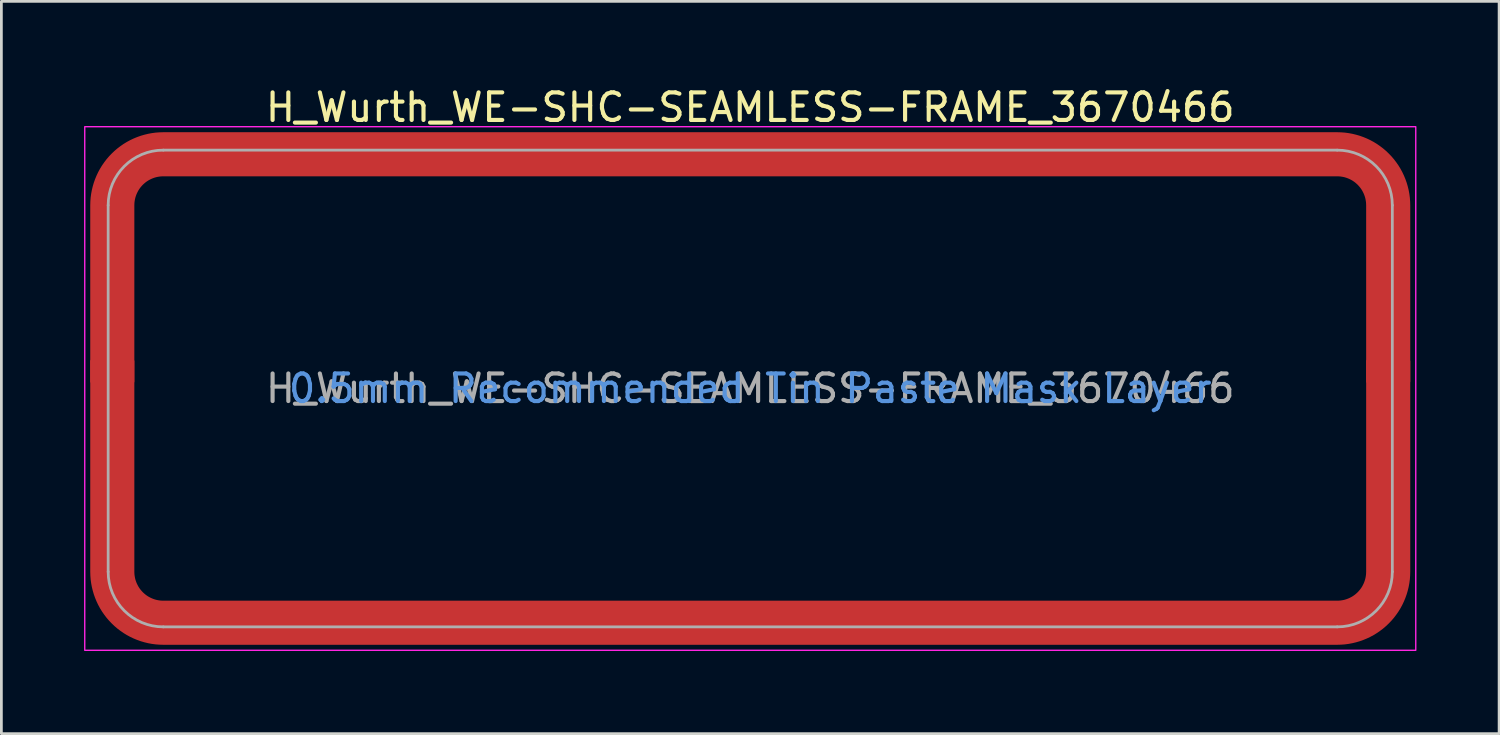
<source format=kicad_pcb>
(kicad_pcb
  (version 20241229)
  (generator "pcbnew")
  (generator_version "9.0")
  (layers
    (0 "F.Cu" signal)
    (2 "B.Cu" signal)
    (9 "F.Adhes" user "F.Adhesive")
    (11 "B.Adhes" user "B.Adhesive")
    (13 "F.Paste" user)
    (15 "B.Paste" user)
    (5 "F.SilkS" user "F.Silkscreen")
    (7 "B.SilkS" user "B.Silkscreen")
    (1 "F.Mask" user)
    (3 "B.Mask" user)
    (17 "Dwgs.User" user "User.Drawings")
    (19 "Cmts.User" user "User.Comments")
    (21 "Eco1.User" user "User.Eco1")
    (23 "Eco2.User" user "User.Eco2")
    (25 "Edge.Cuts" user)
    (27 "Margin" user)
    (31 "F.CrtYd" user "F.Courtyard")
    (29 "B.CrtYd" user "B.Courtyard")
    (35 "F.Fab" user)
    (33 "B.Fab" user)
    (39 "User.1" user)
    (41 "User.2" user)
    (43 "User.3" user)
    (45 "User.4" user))
  (footprint "H_Wurth_WE-SHC-SEAMLESS-FRAME_3670466"
    (layer "F.Cu")
    (at 24.175 11.048)
    (property "Reference" "H_Wurth_WE-SHC-SEAMLESS-FRAME_3670466" (at 0 -10.2 0) (unlocked yes) (layer "F.SilkS") (effects (font (size 1 1) (thickness 0.15))))
    (attr smd)
    (fp_poly (pts (xy -22.4 -0.25) (xy -23.9 -0.25) (xy -23.9 -6.65) (xy -23.896 -6.786) (xy -23.886 -6.922) (xy -23.868 -7.057) (xy -23.843 -7.191) (xy -23.811 -7.323) (xy -23.773 -7.453) (xy -23.727 -7.582) (xy -23.675 -7.708) (xy -23.617 -7.83) (xy -23.552 -7.95) (xy -23.481 -8.066) (xy -23.403 -8.178) (xy -23.321 -8.286) (xy -23.232 -8.39) (xy -23.138 -8.488) (xy -23.04 -8.582) (xy -22.936 -8.671) (xy -22.828 -8.753) (xy -22.716 -8.831) (xy -22.6 -8.902) (xy -22.48 -8.967) (xy -22.358 -9.025) (xy -22.232 -9.077) (xy -22.103 -9.123) (xy -21.973 -9.161) (xy -21.841 -9.193) (xy -21.707 -9.218) (xy -21.572 -9.236) (xy -21.436 -9.246) (xy -21.3 -9.25) (xy 21.3 -9.25) (xy 21.436 -9.246) (xy 21.572 -9.236) (xy 21.707 -9.218) (xy 21.841 -9.193) (xy 21.973 -9.161) (xy 22.103 -9.123) (xy 22.232 -9.077) (xy 22.358 -9.025) (xy 22.48 -8.967) (xy 22.6 -8.902) (xy 22.716 -8.831) (xy 22.828 -8.753) (xy 22.936 -8.671) (xy 23.04 -8.582) (xy 23.138 -8.488) (xy 23.232 -8.39) (xy 23.321 -8.286) (xy 23.403 -8.178) (xy 23.481 -8.066) (xy 23.552 -7.95) (xy 23.617 -7.83) (xy 23.675 -7.708) (xy 23.727 -7.582) (xy 23.773 -7.453) (xy 23.811 -7.323) (xy 23.843 -7.191) (xy 23.868 -7.057) (xy 23.886 -6.922) (xy 23.896 -6.786) (xy 23.9 -6.65) (xy 23.9 -0.25) (xy 22.4 -0.25) (xy 22.4 -6.65) (xy 22.398 -6.708) (xy 22.394 -6.765) (xy 22.386 -6.822) (xy 22.376 -6.879) (xy 22.363 -6.935) (xy 22.346 -6.99) (xy 22.327 -7.044) (xy 22.305 -7.097) (xy 22.28 -7.149) (xy 22.253 -7.2) (xy 22.223 -7.249) (xy 22.19 -7.297) (xy 22.155 -7.342) (xy 22.117 -7.386) (xy 22.078 -7.428) (xy 22.036 -7.467) (xy 21.992 -7.505) (xy 21.947 -7.54) (xy 21.899 -7.573) (xy 21.85 -7.603) (xy 21.799 -7.63) (xy 21.747 -7.655) (xy 21.694 -7.677) (xy 21.64 -7.696) (xy 21.585 -7.713) (xy 21.529 -7.726) (xy 21.472 -7.736) (xy 21.415 -7.744) (xy 21.358 -7.748) (xy 21.3 -7.75) (xy -21.3 -7.75) (xy -21.358 -7.748) (xy -21.415 -7.744) (xy -21.472 -7.736) (xy -21.529 -7.726) (xy -21.585 -7.713) (xy -21.64 -7.696) (xy -21.694 -7.677) (xy -21.747 -7.655) (xy -21.799 -7.63) (xy -21.85 -7.603) (xy -21.899 -7.573) (xy -21.947 -7.54) (xy -21.992 -7.505) (xy -22.036 -7.467) (xy -22.078 -7.428) (xy -22.117 -7.386) (xy -22.155 -7.342) (xy -22.19 -7.297) (xy -22.223 -7.249) (xy -22.253 -7.2) (xy -22.28 -7.149) (xy -22.305 -7.097) (xy -22.327 -7.044) (xy -22.346 -6.99) (xy -22.363 -6.935) (xy -22.376 -6.879) (xy -22.386 -6.822) (xy -22.394 -6.765) (xy -22.398 -6.708) (xy -22.4 -6.65) (xy -22.4 -0.25)) (stroke (width 0.1) (type solid)) (fill yes) (layer "F.Cu"))
    (fp_poly (pts (xy -22.4 -0.25) (xy -23.9 -0.25) (xy -23.9 -6.65) (xy -23.896 -6.786) (xy -23.886 -6.922) (xy -23.868 -7.057) (xy -23.843 -7.191) (xy -23.811 -7.323) (xy -23.773 -7.453) (xy -23.727 -7.582) (xy -23.675 -7.708) (xy -23.617 -7.83) (xy -23.552 -7.95) (xy -23.481 -8.066) (xy -23.403 -8.178) (xy -23.321 -8.286) (xy -23.232 -8.39) (xy -23.138 -8.488) (xy -23.04 -8.582) (xy -22.936 -8.671) (xy -22.828 -8.753) (xy -22.716 -8.831) (xy -22.6 -8.902) (xy -22.48 -8.967) (xy -22.358 -9.025) (xy -22.232 -9.077) (xy -22.103 -9.123) (xy -21.973 -9.161) (xy -21.841 -9.193) (xy -21.707 -9.218) (xy -21.572 -9.236) (xy -21.436 -9.246) (xy -21.3 -9.25) (xy 21.3 -9.25) (xy 21.436 -9.246) (xy 21.572 -9.236) (xy 21.707 -9.218) (xy 21.841 -9.193) (xy 21.973 -9.161) (xy 22.103 -9.123) (xy 22.232 -9.077) (xy 22.358 -9.025) (xy 22.48 -8.967) (xy 22.6 -8.902) (xy 22.716 -8.831) (xy 22.828 -8.753) (xy 22.936 -8.671) (xy 23.04 -8.582) (xy 23.138 -8.488) (xy 23.232 -8.39) (xy 23.321 -8.286) (xy 23.403 -8.178) (xy 23.481 -8.066) (xy 23.552 -7.95) (xy 23.617 -7.83) (xy 23.675 -7.708) (xy 23.727 -7.582) (xy 23.773 -7.453) (xy 23.811 -7.323) (xy 23.843 -7.191) (xy 23.868 -7.057) (xy 23.886 -6.922) (xy 23.896 -6.786) (xy 23.9 -6.65) (xy 23.9 -0.25) (xy 22.4 -0.25) (xy 22.4 -6.65) (xy 22.398 -6.708) (xy 22.394 -6.765) (xy 22.386 -6.822) (xy 22.376 -6.879) (xy 22.363 -6.935) (xy 22.346 -6.99) (xy 22.327 -7.044) (xy 22.305 -7.097) (xy 22.28 -7.149) (xy 22.253 -7.2) (xy 22.223 -7.249) (xy 22.19 -7.297) (xy 22.155 -7.342) (xy 22.117 -7.386) (xy 22.078 -7.428) (xy 22.036 -7.467) (xy 21.992 -7.505) (xy 21.947 -7.54) (xy 21.899 -7.573) (xy 21.85 -7.603) (xy 21.799 -7.63) (xy 21.747 -7.655) (xy 21.694 -7.677) (xy 21.64 -7.696) (xy 21.585 -7.713) (xy 21.529 -7.726) (xy 21.472 -7.736) (xy 21.415 -7.744) (xy 21.358 -7.748) (xy 21.3 -7.75) (xy -21.3 -7.75) (xy -21.358 -7.748) (xy -21.415 -7.744) (xy -21.472 -7.736) (xy -21.529 -7.726) (xy -21.585 -7.713) (xy -21.64 -7.696) (xy -21.694 -7.677) (xy -21.747 -7.655) (xy -21.799 -7.63) (xy -21.85 -7.603) (xy -21.899 -7.573) (xy -21.947 -7.54) (xy -21.992 -7.505) (xy -22.036 -7.467) (xy -22.078 -7.428) (xy -22.117 -7.386) (xy -22.155 -7.342) (xy -22.19 -7.297) (xy -22.223 -7.249) (xy -22.253 -7.2) (xy -22.28 -7.149) (xy -22.305 -7.097) (xy -22.327 -7.044) (xy -22.346 -6.99) (xy -22.363 -6.935) (xy -22.376 -6.879) (xy -22.386 -6.822) (xy -22.394 -6.765) (xy -22.398 -6.708) (xy -22.4 -6.65) (xy -22.4 -0.25)) (stroke (width 0.1) (type solid)) (fill yes) (layer "F.Mask"))
    (fp_poly (pts (xy -22.4 -0.25) (xy -23.9 -0.25) (xy -23.9 -6.65) (xy -23.896 -6.786) (xy -23.886 -6.922) (xy -23.868 -7.057) (xy -23.843 -7.191) (xy -23.811 -7.323) (xy -23.773 -7.453) (xy -23.727 -7.582) (xy -23.675 -7.708) (xy -23.617 -7.83) (xy -23.552 -7.95) (xy -23.481 -8.066) (xy -23.403 -8.178) (xy -23.321 -8.286) (xy -23.232 -8.39) (xy -23.138 -8.488) (xy -23.04 -8.582) (xy -22.936 -8.671) (xy -22.828 -8.753) (xy -22.716 -8.831) (xy -22.6 -8.902) (xy -22.48 -8.967) (xy -22.358 -9.025) (xy -22.232 -9.077) (xy -22.103 -9.123) (xy -21.973 -9.161) (xy -21.841 -9.193) (xy -21.707 -9.218) (xy -21.572 -9.236) (xy -21.436 -9.246) (xy -21.3 -9.25) (xy 21.3 -9.25) (xy 21.436 -9.246) (xy 21.572 -9.236) (xy 21.707 -9.218) (xy 21.841 -9.193) (xy 21.973 -9.161) (xy 22.103 -9.123) (xy 22.232 -9.077) (xy 22.358 -9.025) (xy 22.48 -8.967) (xy 22.6 -8.902) (xy 22.716 -8.831) (xy 22.828 -8.753) (xy 22.936 -8.671) (xy 23.04 -8.582) (xy 23.138 -8.488) (xy 23.232 -8.39) (xy 23.321 -8.286) (xy 23.403 -8.178) (xy 23.481 -8.066) (xy 23.552 -7.95) (xy 23.617 -7.83) (xy 23.675 -7.708) (xy 23.727 -7.582) (xy 23.773 -7.453) (xy 23.811 -7.323) (xy 23.843 -7.191) (xy 23.868 -7.057) (xy 23.886 -6.922) (xy 23.896 -6.786) (xy 23.9 -6.65) (xy 23.9 -0.25) (xy 22.4 -0.25) (xy 22.4 -6.65) (xy 22.398 -6.708) (xy 22.394 -6.765) (xy 22.386 -6.822) (xy 22.376 -6.879) (xy 22.363 -6.935) (xy 22.346 -6.99) (xy 22.327 -7.044) (xy 22.305 -7.097) (xy 22.28 -7.149) (xy 22.253 -7.2) (xy 22.223 -7.249) (xy 22.19 -7.297) (xy 22.155 -7.342) (xy 22.117 -7.386) (xy 22.078 -7.428) (xy 22.036 -7.467) (xy 21.992 -7.505) (xy 21.947 -7.54) (xy 21.899 -7.573) (xy 21.85 -7.603) (xy 21.799 -7.63) (xy 21.747 -7.655) (xy 21.694 -7.677) (xy 21.64 -7.696) (xy 21.585 -7.713) (xy 21.529 -7.726) (xy 21.472 -7.736) (xy 21.415 -7.744) (xy 21.358 -7.748) (xy 21.3 -7.75) (xy -21.3 -7.75) (xy -21.358 -7.748) (xy -21.415 -7.744) (xy -21.472 -7.736) (xy -21.529 -7.726) (xy -21.585 -7.713) (xy -21.64 -7.696) (xy -21.694 -7.677) (xy -21.747 -7.655) (xy -21.799 -7.63) (xy -21.85 -7.603) (xy -21.899 -7.573) (xy -21.947 -7.54) (xy -21.992 -7.505) (xy -22.036 -7.467) (xy -22.078 -7.428) (xy -22.117 -7.386) (xy -22.155 -7.342) (xy -22.19 -7.297) (xy -22.223 -7.249) (xy -22.253 -7.2) (xy -22.28 -7.149) (xy -22.305 -7.097) (xy -22.327 -7.044) (xy -22.346 -6.99) (xy -22.363 -6.935) (xy -22.376 -6.879) (xy -22.386 -6.822) (xy -22.394 -6.765) (xy -22.398 -6.708) (xy -22.4 -6.65) (xy -22.4 -0.25)) (stroke (width 0.1) (type solid)) (fill yes) (layer "F.Paste"))
    (fp_rect (start -24.15 -9.5) (end 24.15 9.5) (stroke (width 0.05) (type solid)) (fill no) (layer "F.CrtYd"))
    (fp_line (start -23.3 6.65) (end -23.3 -6.65) (stroke (width 0.1) (type solid)) (layer "F.Fab"))
    (fp_line (start -21.3 -8.65) (end 21.3 -8.65) (stroke (width 0.1) (type solid)) (layer "F.Fab"))
    (fp_line (start -21.3 8.65) (end 21.3 8.65) (stroke (width 0.1) (type solid)) (layer "F.Fab"))
    (fp_line (start 23.3 6.65) (end 23.3 -6.65) (stroke (width 0.1) (type solid)) (layer "F.Fab"))
    (fp_arc (start -23.3 -6.65) (mid -22.714214 -8.064214) (end -21.3 -8.65) (stroke (width 0.1) (type default)) (layer "F.Fab"))
    (fp_arc (start -21.3 8.65) (mid -22.714214 8.064214) (end -23.3 6.65) (stroke (width 0.1) (type default)) (layer "F.Fab"))
    (fp_arc (start 21.3 -8.65) (mid 22.714214 -8.064214) (end 23.3 -6.65) (stroke (width 0.1) (type default)) (layer "F.Fab"))
    (fp_arc (start 23.3 6.65) (mid 22.714214 8.064214) (end 21.3 8.65) (stroke (width 0.1) (type default)) (layer "F.Fab"))
    (fp_text user "0.5mm Recommended Tin Paste Mask Layer" (at 0 0 0) (unlocked yes) (layer "Cmts.User") (effects (font (size 1 1) (thickness 0.15))))
    (fp_text user "${REFERENCE}" (at 0 0 0) (unlocked yes) (layer "F.Fab") (effects (font (size 1 1) (thickness 0.15))))
    (pad "1" smd custom (at 23.15 0) (size 1.5 13.3) (layers "F.Cu" "F.Mask" "F.Paste") (options (anchor rect)) (primitives (gr_poly (pts (xy -0.75 -1) (xy 0.75 -1) (xy 0.75 6.65) (xy 0.746 6.786) (xy 0.736 6.922) (xy 0.718 7.057) (xy 0.693 7.191) (xy 0.661 7.323) (xy 0.623 7.453) (xy 0.577 7.582) (xy 0.525 7.708) (xy 0.467 7.83) (xy 0.402 7.95) (xy 0.331 8.066) (xy 0.253 8.178) (xy 0.171 8.286) (xy 0.082 8.39) (xy -0.012 8.488) (xy -0.11 8.582) (xy -0.214 8.671) (xy -0.322 8.753) (xy -0.434 8.831) (xy -0.55 8.902) (xy -0.67 8.967) (xy -0.792 9.025) (xy -0.918 9.077) (xy -1.047 9.123) (xy -1.177 9.161) (xy -1.309 9.193) (xy -1.443 9.218) (xy -1.578 9.236) (xy -1.714 9.246) (xy -1.85 9.25) (xy -44.45 9.25) (xy -44.586 9.246) (xy -44.722 9.236) (xy -44.857 9.218) (xy -44.991 9.193) (xy -45.123 9.161) (xy -45.253 9.123) (xy -45.382 9.077) (xy -45.508 9.025) (xy -45.63 8.967) (xy -45.75 8.902) (xy -45.866 8.831) (xy -45.978 8.753) (xy -46.086 8.671) (xy -46.19 8.582) (xy -46.288 8.488) (xy -46.382 8.39) (xy -46.471 8.286) (xy -46.553 8.178) (xy -46.631 8.066) (xy -46.702 7.95) (xy -46.767 7.83) (xy -46.825 7.708) (xy -46.877 7.582) (xy -46.923 7.453) (xy -46.961 7.323) (xy -46.993 7.191) (xy -47.018 7.057) (xy -47.036 6.922) (xy -47.046 6.786) (xy -47.05 6.65) (xy -47.05 -1) (xy -45.55 -1) (xy -45.55 6.65) (xy -45.548 6.708) (xy -45.544 6.765) (xy -45.536 6.822) (xy -45.526 6.879) (xy -45.513 6.935) (xy -45.496 6.99) (xy -45.477 7.044) (xy -45.455 7.097) (xy -45.43 7.149) (xy -45.403 7.2) (xy -45.373 7.249) (xy -45.34 7.297) (xy -45.305 7.342) (xy -45.267 7.386) (xy -45.228 7.428) (xy -45.186 7.467) (xy -45.142 7.505) (xy -45.097 7.54) (xy -45.049 7.573) (xy -45 7.603) (xy -44.949 7.63) (xy -44.897 7.655) (xy -44.844 7.677) (xy -44.79 7.696) (xy -44.735 7.713) (xy -44.679 7.726) (xy -44.622 7.736) (xy -44.565 7.744) (xy -44.508 7.748) (xy -44.45 7.75) (xy -1.85 7.75) (xy -1.792 7.748) (xy -1.735 7.744) (xy -1.678 7.736) (xy -1.621 7.726) (xy -1.565 7.713) (xy -1.51 7.696) (xy -1.456 7.677) (xy -1.403 7.655) (xy -1.351 7.63) (xy -1.3 7.603) (xy -1.251 7.573) (xy -1.203 7.54) (xy -1.158 7.505) (xy -1.114 7.467) (xy -1.072 7.428) (xy -1.033 7.386) (xy -0.995 7.342) (xy -0.96 7.297) (xy -0.927 7.249) (xy -0.897 7.2) (xy -0.87 7.149) (xy -0.845 7.097) (xy -0.823 7.044) (xy -0.804 6.99) (xy -0.787 6.935) (xy -0.774 6.879) (xy -0.764 6.822) (xy -0.756 6.765) (xy -0.752 6.708) (xy -0.75 6.65) (xy -0.75 -1)) (width 0.1) (fill yes)))))
  (gr_rect
    (start -3 -3)
    (end 51.35 23.573)
    (stroke (width 0.1) (type default))
    (fill no)
    (layer "Edge.Cuts")))
</source>
